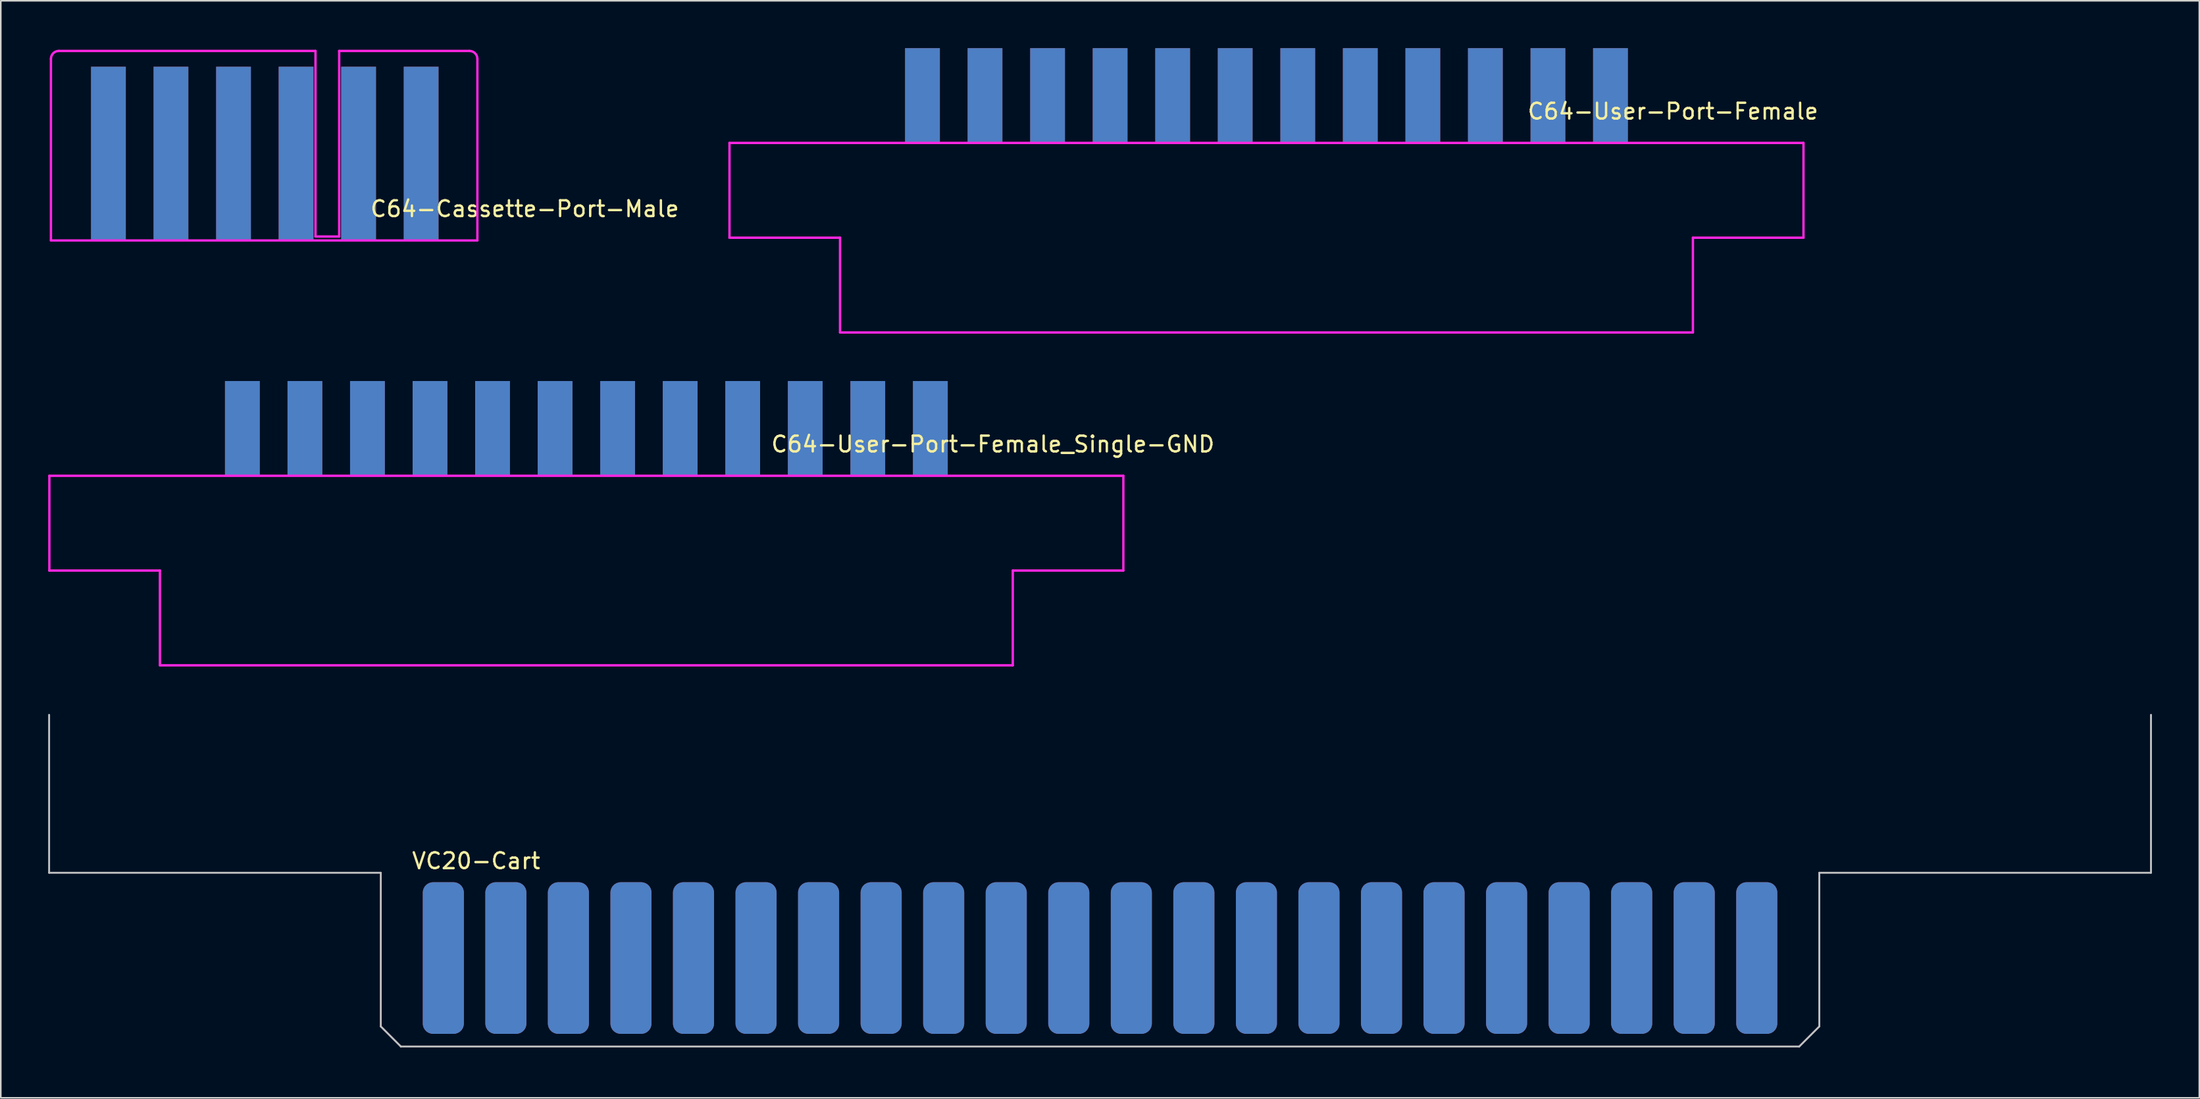
<source format=kicad_pcb>
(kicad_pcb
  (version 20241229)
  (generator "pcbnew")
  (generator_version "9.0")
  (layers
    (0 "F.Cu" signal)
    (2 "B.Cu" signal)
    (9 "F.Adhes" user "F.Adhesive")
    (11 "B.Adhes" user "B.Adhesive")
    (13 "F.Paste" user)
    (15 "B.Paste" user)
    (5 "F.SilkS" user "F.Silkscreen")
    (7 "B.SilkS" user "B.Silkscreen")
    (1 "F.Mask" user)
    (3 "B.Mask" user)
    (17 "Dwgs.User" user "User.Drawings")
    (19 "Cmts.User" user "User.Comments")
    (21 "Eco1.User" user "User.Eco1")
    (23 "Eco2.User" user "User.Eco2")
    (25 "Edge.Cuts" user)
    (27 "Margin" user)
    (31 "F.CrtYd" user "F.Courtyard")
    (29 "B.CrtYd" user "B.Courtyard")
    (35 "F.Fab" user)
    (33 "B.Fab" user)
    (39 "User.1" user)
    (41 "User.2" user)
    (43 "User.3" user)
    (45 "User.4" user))
  (footprint "VC20-Cart"
    (layer "F.Cu")
    (at 21.06 63.21)
    (property "Reference" "VC20-Cart" (at 6.04 -11.75 0) (layer "F.SilkS") (effects (font (size 1 1) (thickness 0.15))))
    (attr through_hole)
    (fp_poly (pts (xy 0 -10.3) (xy 91.1 -10.3) (xy 91.1 0) (xy 0 0)) (stroke (width 0.1) (type solid)) (fill yes) (layer "F.Mask"))
    (fp_poly (pts (xy 0 -10.3) (xy 91.1 -10.3) (xy 91.1 0) (xy 0 0)) (stroke (width 0.1) (type solid)) (fill yes) (layer "B.Mask"))
    (fp_line (start -21 -11) (end -21 -21) (stroke (width 0.12) (type solid)) (layer "Dwgs.User"))
    (fp_line (start 0 -11) (end -21 -11) (stroke (width 0.12) (type solid)) (layer "Dwgs.User"))
    (fp_line (start 0 -1.27) (end 0 -11) (stroke (width 0.12) (type solid)) (layer "Dwgs.User"))
    (fp_line (start 0 -1.27) (end 1.27 0) (stroke (width 0.12) (type solid)) (layer "Dwgs.User"))
    (fp_line (start 89.81 0) (end 1.27 0) (stroke (width 0.12) (type solid)) (layer "Dwgs.User"))
    (fp_line (start 91.08 -11) (end 91.08 -1.27) (stroke (width 0.12) (type solid)) (layer "Dwgs.User"))
    (fp_line (start 91.08 -11) (end 112.08 -11) (stroke (width 0.12) (type solid)) (layer "Dwgs.User"))
    (fp_line (start 91.08 -1.27) (end 89.81 0) (stroke (width 0.12) (type solid)) (layer "Dwgs.User"))
    (fp_line (start 112.08 -11) (end 112.08 -21) (stroke (width 0.12) (type solid)) (layer "Dwgs.User"))
    (pad "1" connect roundrect (at 87.12 -5.6) (size 2.6 9.6) (layers "F.Cu" "F.Mask") (roundrect_rratio 0.25))
    (pad "2" connect roundrect (at 83.16 -5.6) (size 2.6 9.6) (layers "F.Cu" "F.Mask") (roundrect_rratio 0.25))
    (pad "3" connect roundrect (at 79.2 -5.6) (size 2.6 9.6) (layers "F.Cu" "F.Mask") (roundrect_rratio 0.25))
    (pad "4" connect roundrect (at 75.24 -5.6) (size 2.6 9.6) (layers "F.Cu" "F.Mask") (roundrect_rratio 0.25))
    (pad "5" connect roundrect (at 71.28 -5.6) (size 2.6 9.6) (layers "F.Cu" "F.Mask") (roundrect_rratio 0.25))
    (pad "6" connect roundrect (at 67.32 -5.6) (size 2.6 9.6) (layers "F.Cu" "F.Mask") (roundrect_rratio 0.25))
    (pad "7" connect roundrect (at 63.36 -5.6) (size 2.6 9.6) (layers "F.Cu" "F.Mask") (roundrect_rratio 0.25))
    (pad "8" connect roundrect (at 59.4 -5.6) (size 2.6 9.6) (layers "F.Cu" "F.Mask") (roundrect_rratio 0.25))
    (pad "9" connect roundrect (at 55.44 -5.6) (size 2.6 9.6) (layers "F.Cu" "F.Mask") (roundrect_rratio 0.25))
    (pad "10" connect roundrect (at 51.48 -5.6) (size 2.6 9.6) (layers "F.Cu" "F.Mask") (roundrect_rratio 0.25))
    (pad "11" connect roundrect (at 47.52 -5.6) (size 2.6 9.6) (layers "F.Cu" "F.Mask") (roundrect_rratio 0.25))
    (pad "12" connect roundrect (at 43.56 -5.6) (size 2.6 9.6) (layers "F.Cu" "F.Mask") (roundrect_rratio 0.25))
    (pad "13" connect roundrect (at 39.6 -5.6) (size 2.6 9.6) (layers "F.Cu" "F.Mask") (roundrect_rratio 0.25))
    (pad "14" connect roundrect (at 35.64 -5.6) (size 2.6 9.6) (layers "F.Cu" "F.Mask") (roundrect_rratio 0.25))
    (pad "15" connect roundrect (at 31.68 -5.6) (size 2.6 9.6) (layers "F.Cu" "F.Mask") (roundrect_rratio 0.25))
    (pad "16" connect roundrect (at 27.72 -5.6) (size 2.6 9.6) (layers "F.Cu" "F.Mask") (roundrect_rratio 0.25))
    (pad "17" connect roundrect (at 23.76 -5.6) (size 2.6 9.6) (layers "F.Cu" "F.Mask") (roundrect_rratio 0.25))
    (pad "18" connect roundrect (at 19.8 -5.6) (size 2.6 9.6) (layers "F.Cu" "F.Mask") (roundrect_rratio 0.25))
    (pad "19" connect roundrect (at 15.84 -5.6) (size 2.6 9.6) (layers "F.Cu" "F.Mask") (roundrect_rratio 0.25))
    (pad "20" connect roundrect (at 11.88 -5.6) (size 2.6 9.6) (layers "F.Cu" "F.Mask") (roundrect_rratio 0.25))
    (pad "21" connect roundrect (at 7.92 -5.6) (size 2.6 9.6) (layers "F.Cu" "F.Mask") (roundrect_rratio 0.25))
    (pad "22" connect roundrect (at 3.96 -5.6) (size 2.6 9.6) (layers "F.Cu" "F.Mask") (roundrect_rratio 0.25))
    (pad "A" connect roundrect (at 87.12 -5.6) (size 2.6 9.6) (layers "B.Cu" "B.Mask") (roundrect_rratio 0.25))
    (pad "B" connect roundrect (at 83.16 -5.6) (size 2.6 9.6) (layers "B.Cu" "B.Mask") (roundrect_rratio 0.25))
    (pad "C" connect roundrect (at 79.2 -5.6) (size 2.6 9.6) (layers "B.Cu" "B.Mask") (roundrect_rratio 0.25))
    (pad "D" connect roundrect (at 75.24 -5.6) (size 2.6 9.6) (layers "B.Cu" "B.Mask") (roundrect_rratio 0.25))
    (pad "E" connect roundrect (at 71.28 -5.6) (size 2.6 9.6) (layers "B.Cu" "B.Mask") (roundrect_rratio 0.25))
    (pad "F" connect roundrect (at 67.32 -5.6) (size 2.6 9.6) (layers "B.Cu" "B.Mask") (roundrect_rratio 0.25))
    (pad "H" connect roundrect (at 63.36 -5.6) (size 2.6 9.6) (layers "B.Cu" "B.Mask") (roundrect_rratio 0.25))
    (pad "J" connect roundrect (at 59.4 -5.6) (size 2.6 9.6) (layers "B.Cu" "B.Mask") (roundrect_rratio 0.25))
    (pad "K" connect roundrect (at 55.44 -5.6) (size 2.6 9.6) (layers "B.Cu" "B.Mask") (roundrect_rratio 0.25))
    (pad "L" connect roundrect (at 51.48 -5.6) (size 2.6 9.6) (layers "B.Cu" "B.Mask") (roundrect_rratio 0.25))
    (pad "M" connect roundrect (at 47.52 -5.6) (size 2.6 9.6) (layers "B.Cu" "B.Mask") (roundrect_rratio 0.25))
    (pad "N" connect roundrect (at 43.56 -5.6) (size 2.6 9.6) (layers "B.Cu" "B.Mask") (roundrect_rratio 0.25))
    (pad "P" connect roundrect (at 39.6 -5.6) (size 2.6 9.6) (layers "B.Cu" "B.Mask") (roundrect_rratio 0.25))
    (pad "R" connect roundrect (at 35.64 -5.6) (size 2.6 9.6) (layers "B.Cu" "B.Mask") (roundrect_rratio 0.25))
    (pad "S" connect roundrect (at 31.68 -5.6) (size 2.6 9.6) (layers "B.Cu" "B.Mask") (roundrect_rratio 0.25))
    (pad "T" connect roundrect (at 27.72 -5.6) (size 2.6 9.6) (layers "B.Cu" "B.Mask") (roundrect_rratio 0.25))
    (pad "U" connect roundrect (at 23.76 -5.6) (size 2.6 9.6) (layers "B.Cu" "B.Mask") (roundrect_rratio 0.25))
    (pad "V" connect roundrect (at 19.8 -5.6) (size 2.6 9.6) (layers "B.Cu" "B.Mask") (roundrect_rratio 0.25))
    (pad "W" connect roundrect (at 15.84 -5.6) (size 2.6 9.6) (layers "B.Cu" "B.Mask") (roundrect_rratio 0.25))
    (pad "X" connect roundrect (at 11.88 -5.6) (size 2.6 9.6) (layers "B.Cu" "B.Mask") (roundrect_rratio 0.25))
    (pad "Y" connect roundrect (at 7.92 -5.6) (size 2.6 9.6) (layers "B.Cu" "B.Mask") (roundrect_rratio 0.25))
    (pad "Z" connect roundrect (at 3.96 -5.6) (size 2.6 9.6) (layers "B.Cu" "B.Mask") (roundrect_rratio 0.25)))
  (footprint "C64-User-Port-Female_Single-GND"
    (layer "F.Cu")
    (at 34.075 27.075)
    (property "Reference" "C64-User-Port-Female_Single-GND" (at 25.74 -2 0) (layer "F.SilkS") (effects (font (size 1 1) (thickness 0.15))))
    (attr smd)
    (fp_line (start -34 0) (end -34 6) (stroke (width 0.15) (type solid)) (layer "F.CrtYd"))
    (fp_line (start -34 6) (end -27 6) (stroke (width 0.15) (type solid)) (layer "F.CrtYd"))
    (fp_line (start -27 6) (end -27 12) (stroke (width 0.15) (type solid)) (layer "F.CrtYd"))
    (fp_line (start 27 6) (end 27 12) (stroke (width 0.15) (type solid)) (layer "F.CrtYd"))
    (fp_line (start 27 12) (end -27 12) (stroke (width 0.15) (type solid)) (layer "F.CrtYd"))
    (fp_line (start 34 0) (end -34 0) (stroke (width 0.15) (type solid)) (layer "F.CrtYd"))
    (fp_line (start 34 0) (end 34 6) (stroke (width 0.15) (type solid)) (layer "F.CrtYd"))
    (fp_line (start 34 6) (end 27 6) (stroke (width 0.15) (type solid)) (layer "F.CrtYd"))
    (pad "1" smd rect (at -21.78 -3) (size 2.2 6) (layers "F.Cu" "F.Mask" "F.Paste"))
    (pad "1" smd rect (at -21.78 -3) (size 2.2 6) (layers "B.Cu" "B.Mask" "B.Paste"))
    (pad "1" smd rect (at 21.78 -3) (size 2.2 6) (layers "F.Cu" "F.Mask" "F.Paste"))
    (pad "1" smd rect (at 21.78 -3) (size 2.2 6) (layers "B.Cu" "B.Mask" "B.Paste"))
    (pad "2" smd rect (at 17.82 -3) (size 2.2 6) (layers "F.Cu" "F.Mask" "F.Paste"))
    (pad "3" smd rect (at 13.86 -3) (size 2.2 6) (layers "F.Cu" "F.Mask" "F.Paste"))
    (pad "4" smd rect (at 9.9 -3) (size 2.2 6) (layers "F.Cu" "F.Mask" "F.Paste"))
    (pad "5" smd rect (at 5.94 -3) (size 2.2 6) (layers "F.Cu" "F.Mask" "F.Paste"))
    (pad "6" smd rect (at 1.98 -3) (size 2.2 6) (layers "F.Cu" "F.Mask" "F.Paste"))
    (pad "7" smd rect (at -1.98 -3) (size 2.2 6) (layers "F.Cu" "F.Mask" "F.Paste"))
    (pad "8" smd rect (at -5.94 -3) (size 2.2 6) (layers "F.Cu" "F.Mask" "F.Paste"))
    (pad "9" smd rect (at -9.9 -3) (size 2.2 6) (layers "F.Cu" "F.Mask" "F.Paste"))
    (pad "10" smd rect (at -13.86 -3) (size 2.2 6) (layers "F.Cu" "F.Mask" "F.Paste"))
    (pad "11" smd rect (at -17.82 -3) (size 2.2 6) (layers "F.Cu" "F.Mask" "F.Paste"))
    (pad "B" smd rect (at 17.82 -3) (size 2.2 6) (layers "B.Cu" "B.Mask" "B.Paste"))
    (pad "C" smd rect (at 13.86 -3) (size 2.2 6) (layers "B.Cu" "B.Mask" "B.Paste"))
    (pad "D" smd rect (at 9.9 -3) (size 2.2 6) (layers "B.Cu" "B.Mask" "B.Paste"))
    (pad "E" smd rect (at 5.94 -3) (size 2.2 6) (layers "B.Cu" "B.Mask" "B.Paste"))
    (pad "F" smd rect (at 1.98 -3) (size 2.2 6) (layers "B.Cu" "B.Mask" "B.Paste"))
    (pad "H" smd rect (at -1.98 -3) (size 2.2 6) (layers "B.Cu" "B.Mask" "B.Paste"))
    (pad "J" smd rect (at -5.94 -3) (size 2.2 6) (layers "B.Cu" "B.Mask" "B.Paste"))
    (pad "K" smd rect (at -9.9 -3) (size 2.2 6) (layers "B.Cu" "B.Mask" "B.Paste"))
    (pad "L" smd rect (at -13.86 -3) (size 2.2 6) (layers "B.Cu" "B.Mask" "B.Paste"))
    (pad "M" smd rect (at -17.82 -3) (size 2.2 6) (layers "B.Cu" "B.Mask" "B.Paste")))
  (footprint "C64-User-Port-Female"
    (layer "F.Cu")
    (at 77.137 6)
    (property "Reference" "C64-User-Port-Female" (at 25.74 -2 0) (layer "F.SilkS") (effects (font (size 1 1) (thickness 0.15))))
    (attr smd)
    (fp_line (start -34 0) (end -34 6) (stroke (width 0.15) (type solid)) (layer "F.CrtYd"))
    (fp_line (start -34 6) (end -27 6) (stroke (width 0.15) (type solid)) (layer "F.CrtYd"))
    (fp_line (start -27 6) (end -27 12) (stroke (width 0.15) (type solid)) (layer "F.CrtYd"))
    (fp_line (start 27 6) (end 27 12) (stroke (width 0.15) (type solid)) (layer "F.CrtYd"))
    (fp_line (start 27 12) (end -27 12) (stroke (width 0.15) (type solid)) (layer "F.CrtYd"))
    (fp_line (start 34 0) (end -34 0) (stroke (width 0.15) (type solid)) (layer "F.CrtYd"))
    (fp_line (start 34 0) (end 34 6) (stroke (width 0.15) (type solid)) (layer "F.CrtYd"))
    (fp_line (start 34 6) (end 27 6) (stroke (width 0.15) (type solid)) (layer "F.CrtYd"))
    (pad "1" smd rect (at 21.78 -3) (size 2.2 6) (layers "F.Cu" "F.Mask" "F.Paste"))
    (pad "2" smd rect (at 17.82 -3) (size 2.2 6) (layers "F.Cu" "F.Mask" "F.Paste"))
    (pad "3" smd rect (at 13.86 -3) (size 2.2 6) (layers "F.Cu" "F.Mask" "F.Paste"))
    (pad "4" smd rect (at 9.9 -3) (size 2.2 6) (layers "F.Cu" "F.Mask" "F.Paste"))
    (pad "5" smd rect (at 5.94 -3) (size 2.2 6) (layers "F.Cu" "F.Mask" "F.Paste"))
    (pad "6" smd rect (at 1.98 -3) (size 2.2 6) (layers "F.Cu" "F.Mask" "F.Paste"))
    (pad "7" smd rect (at -1.98 -3) (size 2.2 6) (layers "F.Cu" "F.Mask" "F.Paste"))
    (pad "8" smd rect (at -5.94 -3) (size 2.2 6) (layers "F.Cu" "F.Mask" "F.Paste"))
    (pad "9" smd rect (at -9.9 -3) (size 2.2 6) (layers "F.Cu" "F.Mask" "F.Paste"))
    (pad "10" smd rect (at -13.86 -3) (size 2.2 6) (layers "F.Cu" "F.Mask" "F.Paste"))
    (pad "11" smd rect (at -17.82 -3) (size 2.2 6) (layers "F.Cu" "F.Mask" "F.Paste"))
    (pad "12" smd rect (at -21.78 -3) (size 2.2 6) (layers "F.Cu" "F.Mask" "F.Paste"))
    (pad "A" smd rect (at 21.78 -3) (size 2.2 6) (layers "B.Cu" "B.Mask" "B.Paste"))
    (pad "B" smd rect (at 17.82 -3) (size 2.2 6) (layers "B.Cu" "B.Mask" "B.Paste"))
    (pad "C" smd rect (at 13.86 -3) (size 2.2 6) (layers "B.Cu" "B.Mask" "B.Paste"))
    (pad "D" smd rect (at 9.9 -3) (size 2.2 6) (layers "B.Cu" "B.Mask" "B.Paste"))
    (pad "E" smd rect (at 5.94 -3) (size 2.2 6) (layers "B.Cu" "B.Mask" "B.Paste"))
    (pad "F" smd rect (at 1.98 -3) (size 2.2 6) (layers "B.Cu" "B.Mask" "B.Paste"))
    (pad "H" smd rect (at -1.98 -3) (size 2.2 6) (layers "B.Cu" "B.Mask" "B.Paste"))
    (pad "J" smd rect (at -5.94 -3) (size 2.2 6) (layers "B.Cu" "B.Mask" "B.Paste"))
    (pad "K" smd rect (at -9.9 -3) (size 2.2 6) (layers "B.Cu" "B.Mask" "B.Paste"))
    (pad "L" smd rect (at -13.86 -3) (size 2.2 6) (layers "B.Cu" "B.Mask" "B.Paste"))
    (pad "M" smd rect (at -17.82 -3) (size 2.2 6) (layers "B.Cu" "B.Mask" "B.Paste"))
    (pad "N" smd rect (at -21.78 -3) (size 2.2 6) (layers "B.Cu" "B.Mask" "B.Paste")))
  (footprint "C64-Cassette-Port-Male"
    (layer "F.Cu")
    (at 13.175 12.175)
    (property "Reference" "C64-Cassette-Port-Male" (at 17 -2 0) (layer "F.SilkS") (effects (font (size 1 1) (thickness 0.15))))
    (attr through_hole)
    (fp_poly (pts (xy -13.1 -12.1) (xy 14.1 -12.1) (xy 14.1 -0.7) (xy -13.1 -0.7)) (stroke (width 0.15) (type solid)) (fill yes) (layer "F.Mask"))
    (fp_poly (pts (xy -13.1 -12.1) (xy 14.1 -12.1) (xy 14.1 -0.7) (xy -13.1 -0.7)) (stroke (width 0.15) (type solid)) (fill yes) (layer "B.Mask"))
    (fp_line (start -13 -11.5) (end -13 0) (stroke (width 0.15) (type solid)) (layer "F.CrtYd"))
    (fp_line (start -13 0) (end 14 0) (stroke (width 0.15) (type solid)) (layer "F.CrtYd"))
    (fp_line (start 3.75 -12) (end -12.5 -12) (stroke (width 0.15) (type solid)) (layer "F.CrtYd"))
    (fp_line (start 3.75 -0.25) (end 3.75 -12) (stroke (width 0.15) (type solid)) (layer "F.CrtYd"))
    (fp_line (start 5.25 -12) (end 5.25 -0.25) (stroke (width 0.15) (type solid)) (layer "F.CrtYd"))
    (fp_line (start 5.25 -0.25) (end 3.75 -0.25) (stroke (width 0.15) (type solid)) (layer "F.CrtYd"))
    (fp_line (start 13.5 -12) (end 5.25 -12) (stroke (width 0.15) (type solid)) (layer "F.CrtYd"))
    (fp_line (start 14 0) (end 14 -11.5) (stroke (width 0.15) (type solid)) (layer "F.CrtYd"))
    (fp_arc (start -13 -11.5) (mid -12.853553 -11.853553) (end -12.5 -12) (stroke (width 0.15) (type solid)) (layer "F.CrtYd"))
    (fp_arc (start 13.5 -12) (mid 13.853553 -11.853553) (end 14 -11.5) (stroke (width 0.15) (type solid)) (layer "F.CrtYd"))
    (pad "1" smd rect (at 10.44 -5.5) (size 2.2 11) (layers "F.Cu" "F.Mask"))
    (pad "2" smd rect (at 6.48 -5.5) (size 2.2 11) (layers "F.Cu" "F.Mask"))
    (pad "3" smd rect (at 2.52 -5.5) (size 2.2 11) (layers "F.Cu" "F.Mask"))
    (pad "4" smd rect (at -1.44 -5.5) (size 2.2 11) (layers "F.Cu" "F.Mask"))
    (pad "5" smd rect (at -5.4 -5.5) (size 2.2 11) (layers "F.Cu" "F.Mask"))
    (pad "6" smd rect (at -9.36 -5.5) (size 2.2 11) (layers "F.Cu" "F.Mask"))
    (pad "A" smd rect (at 10.44 -5.5) (size 2.2 11) (layers "B.Cu" "B.Mask"))
    (pad "B" smd rect (at 6.48 -5.5) (size 2.2 11) (layers "B.Cu" "B.Mask"))
    (pad "C" smd rect (at 2.52 -5.5) (size 2.2 11) (layers "B.Cu" "B.Mask"))
    (pad "D" smd rect (at -1.44 -5.5) (size 2.2 11) (layers "B.Cu" "B.Mask"))
    (pad "E" smd rect (at -5.4 -5.5) (size 2.2 11) (layers "B.Cu" "B.Mask"))
    (pad "F" smd rect (at -9.36 -5.5) (size 2.2 11) (layers "B.Cu" "B.Mask")))
  (gr_rect
    (start -3 -3)
    (end 136.2 66.46)
    (stroke (width 0.1) (type default))
    (fill no)
    (layer "Edge.Cuts")))
</source>
